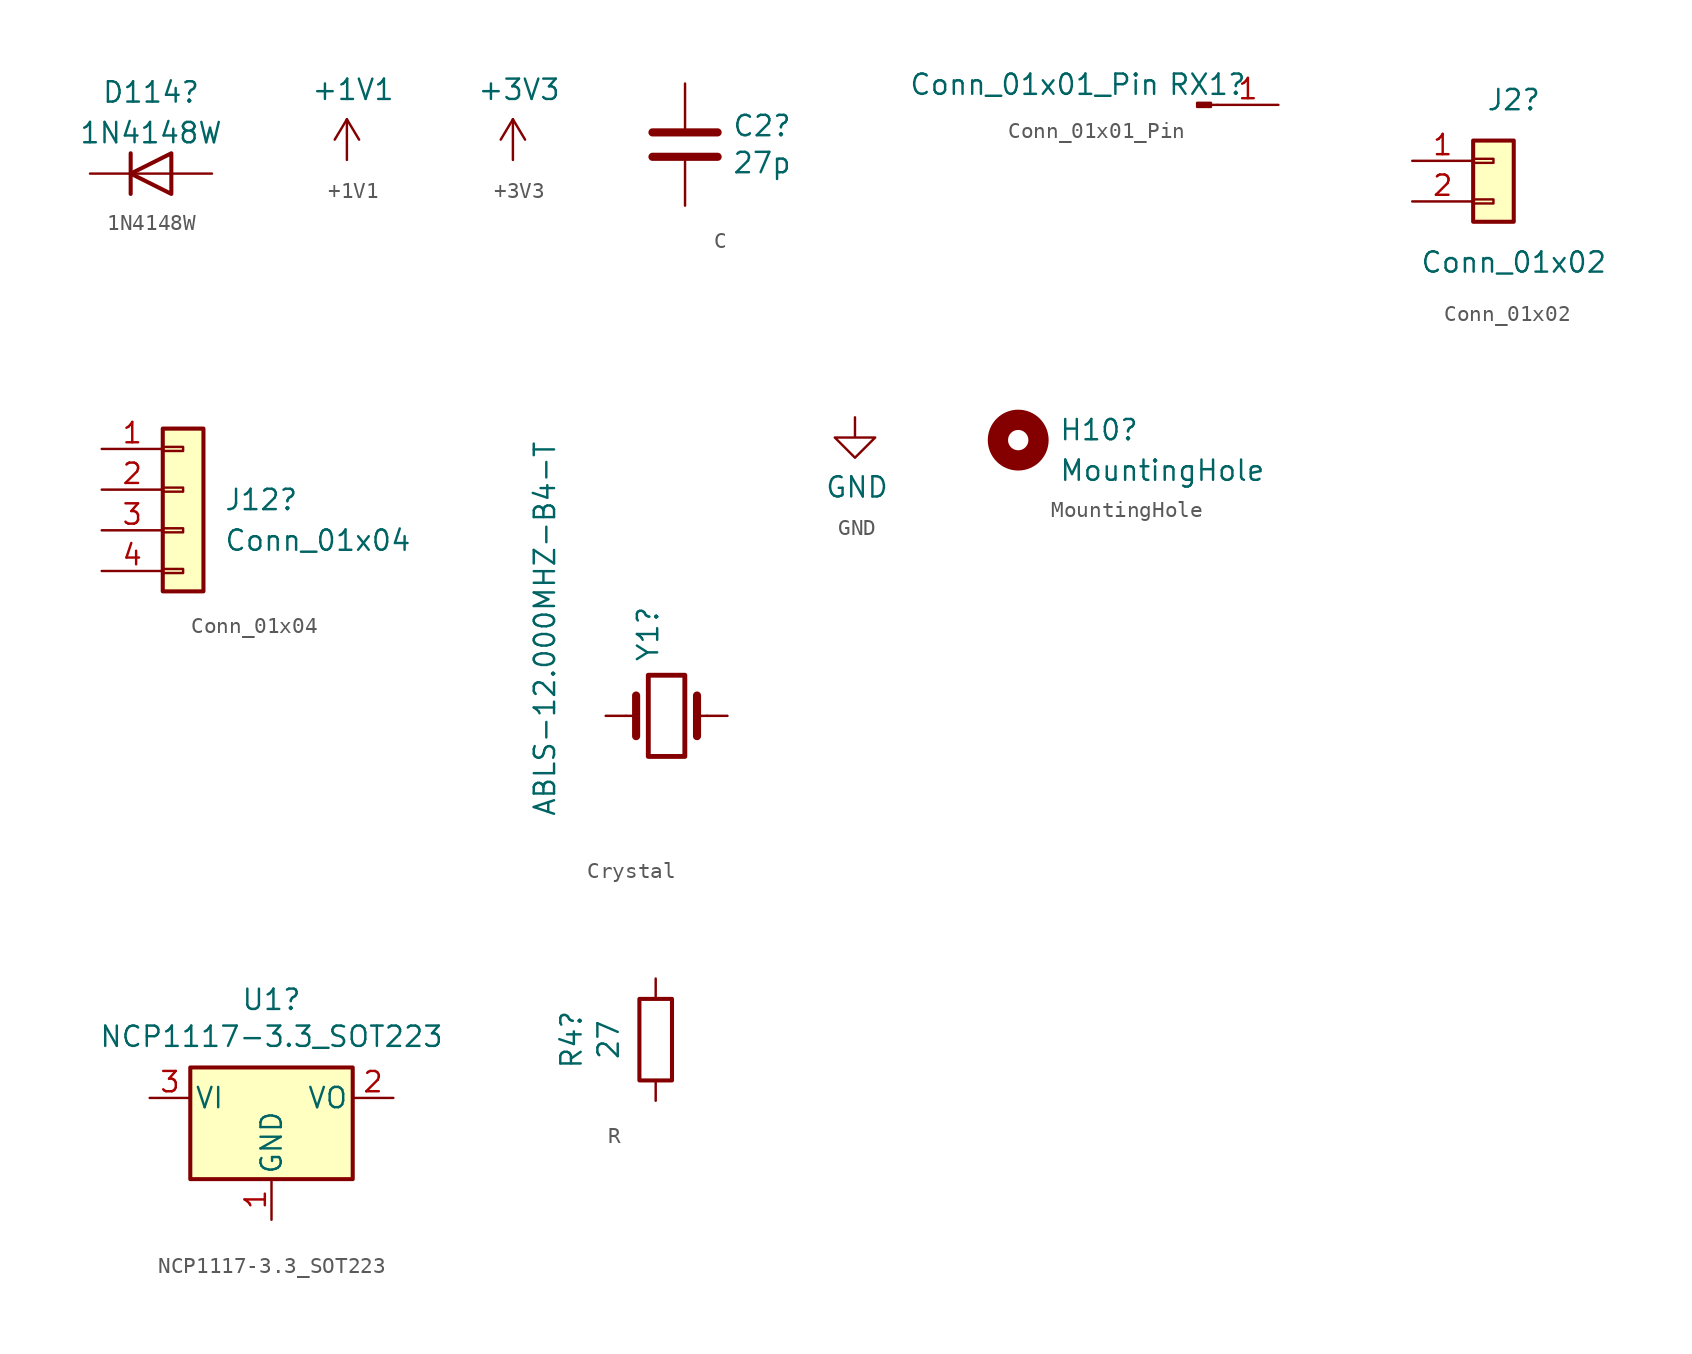
<source format=kicad_sym>
(kicad_symbol_lib
  (version 20220914)
  (generator kicad_symbol_editor)
  (symbol "1N4148W"
    (pin_numbers hide)
    (pin_names hide)
    (property "Reference" "D114"
      (at 0 5.08 0)
      (effects (font (size 1.27 1.27))))
    (property "Value" "1N4148W"
      (at 0 2.54 0)
      (effects (font (size 1.27 1.27))))
    (symbol "1N4148W_0_1"
      (polyline (pts (xy -1.27 1.27) (xy -1.27 -1.27)) (stroke (width 0.254) (type default)) (fill (type none)))
      (polyline (pts (xy 1.27 0) (xy -1.27 0)) (stroke (width 0) (type default)) (fill (type none)))
      (polyline (pts (xy 1.27 1.27) (xy 1.27 -1.27) (xy -1.27 0) (xy 1.27 1.27)) (stroke (width 0.254) (type default)) (fill (type none))))
    (symbol "1N4148W_1_1"
      (pin passive line (at -3.81 0 0) (length 2.54) (name "K" (effects (font (size 1.27 1.27)))) (number "1" (effects (font (size 1.27 1.27)))))
      (pin passive line (at 3.81 0 180) (length 2.54) (name "A" (effects (font (size 1.27 1.27)))) (number "2" (effects (font (size 1.27 1.27)))))))
  (symbol "+1V1"
    (power)
    (pin_names
      (offset 0))
    (property "Reference" "#PWR0285"
      (at 0 -3.81 0)
      (effects (font (size 1.27 1.27)) hide))
    (property "Value" "+1V1"
      (at 0.381 4.394 0)
      (effects (font (size 1.27 1.27))))
    (symbol "+1V1_0_1"
      (polyline (pts (xy -0.762 1.27) (xy 0 2.54)) (stroke (width 0) (type default)) (fill (type none)))
      (polyline (pts (xy 0 0) (xy 0 2.54)) (stroke (width 0) (type default)) (fill (type none)))
      (polyline (pts (xy 0 2.54) (xy 0.762 1.27)) (stroke (width 0) (type default)) (fill (type none))))
    (symbol "+1V1_1_1"
      (pin power_in line (at 0 0 90) (length 0) hide (name "+1V1" (effects (font (size 1.27 1.27)))) (number "1" (effects (font (size 1.27 1.27)))))))
  (symbol "+3V3"
    (power)
    (pin_names
      (offset 0))
    (property "Reference" "#PWR0294"
      (at 0 -3.81 0)
      (effects (font (size 1.27 1.27)) hide))
    (property "Value" "+3V3"
      (at 0.381 4.394 0)
      (effects (font (size 1.27 1.27))))
    (symbol "+3V3_0_1"
      (polyline (pts (xy -0.762 1.27) (xy 0 2.54)) (stroke (width 0) (type default)) (fill (type none)))
      (polyline (pts (xy 0 0) (xy 0 2.54)) (stroke (width 0) (type default)) (fill (type none)))
      (polyline (pts (xy 0 2.54) (xy 0.762 1.27)) (stroke (width 0) (type default)) (fill (type none))))
    (symbol "+3V3_1_1"
      (pin power_in line (at 0 0 90) (length 0) hide (name "+3V3" (effects (font (size 1.27 1.27)))) (number "1" (effects (font (size 1.27 1.27)))))))
  (symbol "C"
    (pin_numbers hide)
    (pin_names
      (offset 0.254))
    (property "Reference" "C2"
      (at 2.921 1.168 0)
      (effects (font (size 1.27 1.27)) (justify left)))
    (property "Value" "27p"
      (at 2.921 -1.143 0)
      (effects (font (size 1.27 1.27)) (justify left)))
    (symbol "C_0_1"
      (polyline (pts (xy -2.032 -0.762) (xy 2.032 -0.762)) (stroke (width 0.508) (type default)) (fill (type none)))
      (polyline (pts (xy -2.032 0.762) (xy 2.032 0.762)) (stroke (width 0.508) (type default)) (fill (type none))))
    (symbol "C_1_1"
      (pin passive line (at 0 3.81 270) (length 2.794) (name "~" (effects (font (size 1.27 1.27)))) (number "1" (effects (font (size 1.27 1.27)))))
      (pin passive line (at 0 -3.81 90) (length 2.794) (name "~" (effects (font (size 1.27 1.27)))) (number "2" (effects (font (size 1.27 1.27)))))))
  (symbol "Conn_01x01_Pin"
    (pin_names
      (offset 1.016) hide)
    (property "Reference" "RX1"
      (at 0.635 1.27 0)
      (effects (font (size 1.27 1.27))))
    (property "Value" "Conn_01x01_Pin"
      (at -10.16 1.27 0)
      (effects (font (size 1.27 1.27))))
    (property "ki_locked" ""
      (at 0 0 0)
      (effects (font (size 1.27 1.27))))
    (symbol "Conn_01x01_Pin_1_1"
      (polyline (pts (xy 1.27 0) (xy 0.864 0)) (stroke (width 0.152) (type default)) (fill (type none)))
      (rectangle (start 0.864 0.127) (end 0 -0.127) (stroke (width 0.152) (type default)) (fill (type outline)))
      (pin passive line (at 5.08 0 180) (length 3.81) (name "Pin_1" (effects (font (size 1.27 1.27)))) (number "1" (effects (font (size 1.27 1.27)))))))
  (symbol "Conn_01x02"
    (pin_names
      (offset 1.016) hide)
    (property "Reference" "J2"
      (at 1.27 3.81 0)
      (effects (font (size 1.27 1.27))))
    (property "Value" "Conn_01x02"
      (at 1.27 -6.35 0)
      (effects (font (size 1.27 1.27))))
    (symbol "Conn_01x02_1_1"
      (rectangle (start -1.27 -2.413) (end 0 -2.667) (stroke (width 0.152) (type default)) (fill (type none)))
      (rectangle (start -1.27 0.127) (end 0 -0.127) (stroke (width 0.152) (type default)) (fill (type none)))
      (rectangle (start -1.27 1.27) (end 1.27 -3.81) (stroke (width 0.254) (type default)) (fill (type background)))
      (pin passive line (at -5.08 0 0) (length 3.81) (name "Pin_1" (effects (font (size 1.27 1.27)))) (number "1" (effects (font (size 1.27 1.27)))))
      (pin passive line (at -5.08 -2.54 0) (length 3.81) (name "Pin_2" (effects (font (size 1.27 1.27)))) (number "2" (effects (font (size 1.27 1.27)))))))
  (symbol "Conn_01x04"
    (pin_names
      (offset 1.016) hide)
    (property "Reference" "J12"
      (at 2.54 -0.635 0)
      (effects (font (size 1.27 1.27)) (justify left)))
    (property "Value" "Conn_01x04"
      (at 2.54 -3.175 0)
      (effects (font (size 1.27 1.27)) (justify left)))
    (symbol "Conn_01x04_1_1"
      (rectangle (start -1.27 -4.953) (end 0 -5.207) (stroke (width 0.152) (type default)) (fill (type none)))
      (rectangle (start -1.27 -2.413) (end 0 -2.667) (stroke (width 0.152) (type default)) (fill (type none)))
      (rectangle (start -1.27 0.127) (end 0 -0.127) (stroke (width 0.152) (type default)) (fill (type none)))
      (rectangle (start -1.27 2.667) (end 0 2.413) (stroke (width 0.152) (type default)) (fill (type none)))
      (rectangle (start -1.27 3.81) (end 1.27 -6.35) (stroke (width 0.254) (type default)) (fill (type background)))
      (pin passive line (at -5.08 2.54 0) (length 3.81) (name "Pin_1" (effects (font (size 1.27 1.27)))) (number "1" (effects (font (size 1.27 1.27)))))
      (pin passive line (at -5.08 0 0) (length 3.81) (name "Pin_2" (effects (font (size 1.27 1.27)))) (number "2" (effects (font (size 1.27 1.27)))))
      (pin passive line (at -5.08 -2.54 0) (length 3.81) (name "Pin_3" (effects (font (size 1.27 1.27)))) (number "3" (effects (font (size 1.27 1.27)))))
      (pin passive line (at -5.08 -5.08 0) (length 3.81) (name "Pin_4" (effects (font (size 1.27 1.27)))) (number "4" (effects (font (size 1.27 1.27)))))))
  (symbol "Crystal"
    (pin_numbers hide)
    (pin_names
      (offset 1.016) hide)
    (property "Reference" "Y1"
      (at -1.168 3.327 90)
      (effects (font (size 1.27 1.27)) (justify left)))
    (property "Value" "ABLS-12.000MHZ-B4-T"
      (at -7.62 -6.35 90)
      (effects (font (size 1.27 1.27)) (justify left)))
    (symbol "Crystal_0_1"
      (rectangle (start -1.143 2.54) (end 1.143 -2.54) (stroke (width 0.305) (type default)) (fill (type none)))
      (polyline (pts (xy -2.54 0) (xy -1.905 0)) (stroke (width 0) (type default)) (fill (type none)))
      (polyline (pts (xy -1.905 -1.27) (xy -1.905 1.27)) (stroke (width 0.508) (type default)) (fill (type none)))
      (polyline (pts (xy 1.905 -1.27) (xy 1.905 1.27)) (stroke (width 0.508) (type default)) (fill (type none)))
      (polyline (pts (xy 2.54 0) (xy 1.905 0)) (stroke (width 0) (type default)) (fill (type none))))
    (symbol "Crystal_1_1"
      (pin passive line (at -3.81 0 0) (length 1.27) (name "1" (effects (font (size 1.27 1.27)))) (number "1" (effects (font (size 1.27 1.27)))))
      (pin passive line (at 3.81 0 180) (length 1.27) (name "2" (effects (font (size 1.27 1.27)))) (number "2" (effects (font (size 1.27 1.27)))))))
  (symbol "GND"
    (power)
    (pin_names
      (offset 0))
    (property "Reference" "#PWR0287"
      (at 0 -6.35 0)
      (effects (font (size 1.27 1.27)) hide))
    (property "Value" "GND"
      (at 0.127 -4.394 0)
      (effects (font (size 1.27 1.27))))
    (symbol "GND_0_1"
      (polyline (pts (xy 0 0) (xy 0 -1.27) (xy 1.27 -1.27) (xy 0 -2.54) (xy -1.27 -1.27) (xy 0 -1.27)) (stroke (width 0) (type default)) (fill (type none))))
    (symbol "GND_1_1"
      (pin power_in line (at 0 0 270) (length 0) hide (name "GND" (effects (font (size 1.27 1.27)))) (number "1" (effects (font (size 1.27 1.27)))))))
  (symbol "MountingHole"
    (pin_names
      (offset 1.016))
    (property "Reference" "H10"
      (at 2.54 0.635 0)
      (effects (font (size 1.27 1.27)) (justify left)))
    (property "Value" "MountingHole"
      (at 2.54 -1.905 0)
      (effects (font (size 1.27 1.27)) (justify left)))
    (symbol "MountingHole_0_1"
      (circle (center 0 0) (radius 1.27) (stroke (width 1.27) (type default)) (fill (type none)))))
  (symbol "NCP1117-3.3_SOT223"
    (pin_names
      (offset 0.254))
    (property "Reference" "U1"
      (at 0 6.147 0)
      (effects (font (size 1.27 1.27))))
    (property "Value" "NCP1117-3.3_SOT223"
      (at 0 3.835 0)
      (effects (font (size 1.27 1.27))))
    (symbol "NCP1117-3.3_SOT223_0_1"
      (rectangle (start -5.08 -5.08) (end 5.08 1.905) (stroke (width 0.254) (type default)) (fill (type background))))
    (symbol "NCP1117-3.3_SOT223_1_1"
      (pin power_in line (at 0 -7.62 90) (length 2.54) (name "GND" (effects (font (size 1.27 1.27)))) (number "1" (effects (font (size 1.27 1.27)))))
      (pin power_out line (at 7.62 0 180) (length 2.54) (name "VO" (effects (font (size 1.27 1.27)))) (number "2" (effects (font (size 1.27 1.27)))))
      (pin power_in line (at -7.62 0 0) (length 2.54) (name "VI" (effects (font (size 1.27 1.27)))) (number "3" (effects (font (size 1.27 1.27)))))))
  (symbol "R"
    (pin_numbers hide)
    (pin_names
      (offset 0))
    (property "Reference" "R4"
      (at -5.258 0 90)
      (effects (font (size 1.27 1.27))))
    (property "Value" "27"
      (at -2.946 0 90)
      (effects (font (size 1.27 1.27))))
    (symbol "R_0_1"
      (rectangle (start -1.016 -2.54) (end 1.016 2.54) (stroke (width 0.254) (type default)) (fill (type none))))
    (symbol "R_1_1"
      (pin passive line (at 0 3.81 270) (length 1.27) (name "~" (effects (font (size 1.27 1.27)))) (number "1" (effects (font (size 1.27 1.27)))))
      (pin passive line (at 0 -3.81 90) (length 1.27) (name "~" (effects (font (size 1.27 1.27)))) (number "2" (effects (font (size 1.27 1.27))))))))
</source>
